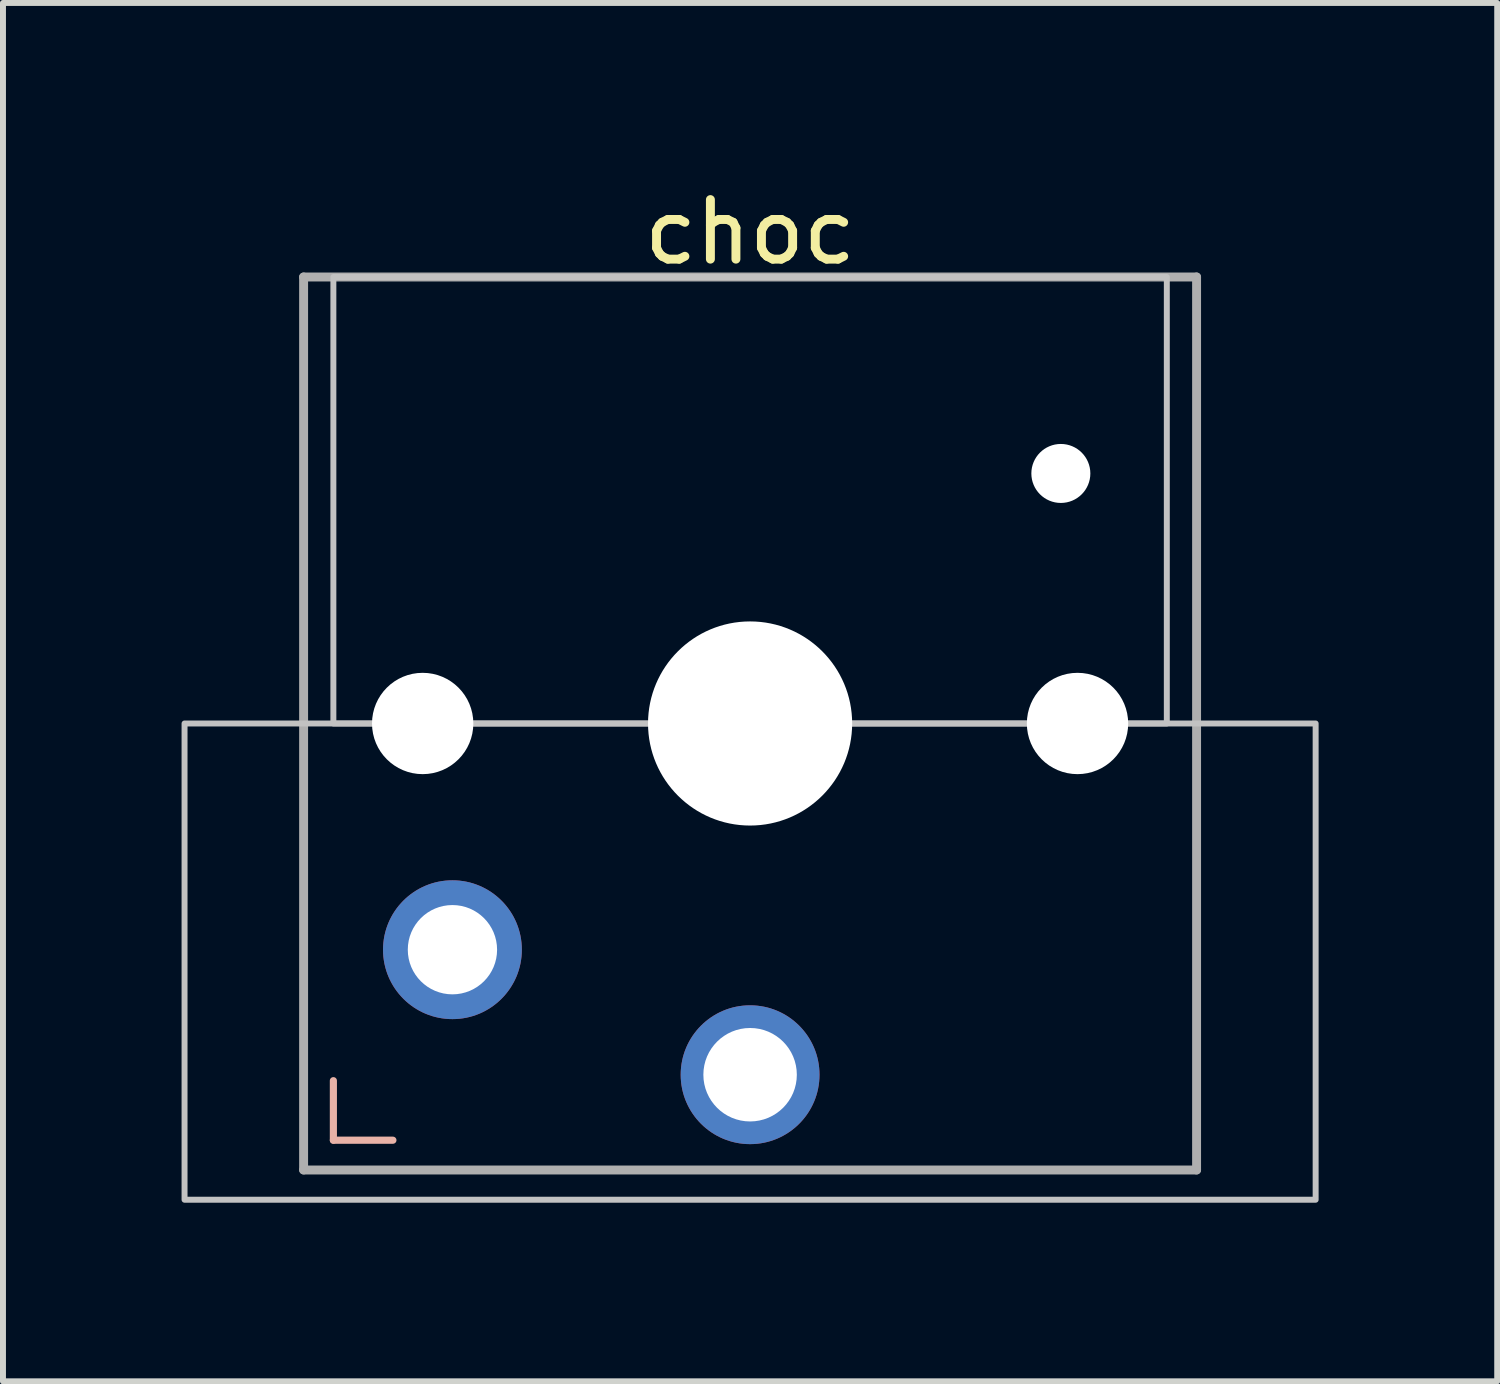
<source format=kicad_pcb>
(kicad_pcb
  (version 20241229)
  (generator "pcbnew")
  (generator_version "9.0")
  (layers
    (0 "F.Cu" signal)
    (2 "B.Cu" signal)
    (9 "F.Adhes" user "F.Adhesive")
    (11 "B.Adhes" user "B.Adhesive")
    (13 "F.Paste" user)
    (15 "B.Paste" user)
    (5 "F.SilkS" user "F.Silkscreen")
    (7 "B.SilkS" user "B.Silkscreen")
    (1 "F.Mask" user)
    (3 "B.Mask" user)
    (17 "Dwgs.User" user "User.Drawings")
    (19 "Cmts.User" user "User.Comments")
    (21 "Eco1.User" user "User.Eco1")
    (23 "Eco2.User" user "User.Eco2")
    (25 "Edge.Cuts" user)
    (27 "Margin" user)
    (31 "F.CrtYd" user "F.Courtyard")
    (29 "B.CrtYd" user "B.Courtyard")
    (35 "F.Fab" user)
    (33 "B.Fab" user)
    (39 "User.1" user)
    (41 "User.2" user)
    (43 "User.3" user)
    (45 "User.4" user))
  (footprint "choc"
    (layer "F.Cu")
    (at 9.55 9.103)
    (property "Reference" "choc" (at 0 -8.255 0) (layer "F.SilkS") (effects (font (size 1 1) (thickness 0.15))))
    (attr through_hole)
    (fp_line (start -7 6) (end -7 7) (stroke (width 0.12) (type solid)) (layer "B.SilkS"))
    (fp_line (start -7 7) (end -6 7) (stroke (width 0.12) (type solid)) (layer "B.SilkS"))
    (fp_rect (start -9.5 0) (end 9.5 8) (stroke (width 0.1) (type default)) (fill no) (layer "Dwgs.User"))
    (fp_rect (start -7 -7.5) (end 7 0) (stroke (width 0.1) (type default)) (fill no) (layer "Dwgs.User"))
    (fp_line (start -6.9 6.9) (end -6.9 -6.9) (stroke (width 0.15) (type solid)) (layer "Eco2.User"))
    (fp_line (start -6.9 6.9) (end 6.9 6.9) (stroke (width 0.15) (type solid)) (layer "Eco2.User"))
    (fp_line (start -2.6 -3.1) (end -2.6 -6.3) (stroke (width 0.15) (type solid)) (layer "Eco2.User"))
    (fp_line (start -2.6 -3.1) (end 2.6 -3.1) (stroke (width 0.15) (type solid)) (layer "Eco2.User"))
    (fp_line (start 2.6 -6.3) (end -2.6 -6.3) (stroke (width 0.15) (type solid)) (layer "Eco2.User"))
    (fp_line (start 2.6 -3.1) (end 2.6 -6.3) (stroke (width 0.15) (type solid)) (layer "Eco2.User"))
    (fp_line (start 6.9 -6.9) (end -6.9 -6.9) (stroke (width 0.15) (type solid)) (layer "Eco2.User"))
    (fp_line (start 6.9 -6.9) (end 6.9 6.9) (stroke (width 0.15) (type solid)) (layer "Eco2.User"))
    (fp_line (start -7.5 -7.5) (end 7.5 -7.5) (stroke (width 0.15) (type solid)) (layer "F.Fab"))
    (fp_line (start -7.5 7.5) (end -7.5 -7.5) (stroke (width 0.15) (type solid)) (layer "F.Fab"))
    (fp_line (start 7.5 -7.5) (end 7.5 7.5) (stroke (width 0.15) (type solid)) (layer "F.Fab"))
    (fp_line (start 7.5 7.5) (end -7.5 7.5) (stroke (width 0.15) (type solid)) (layer "F.Fab"))
    (fp_text user "${REFERENCE}" (at 0 0 0) (layer "F.Fab") (effects (font (size 1 1) (thickness 0.15))))
    (pad "" np_thru_hole circle (at -5.5 0) (size 1.702 1.702) (drill 2.2) (layers "*.Cu" "*.Mask"))
    (pad "" np_thru_hole circle (at 0 0) (size 3.429 3.429) (drill 3.429) (layers "*.Cu" "*.Mask"))
    (pad "" np_thru_hole circle (at 5.22 -4.2) (size 0.991 0.991) (drill 0.991) (layers "*.Cu" "*.Mask"))
    (pad "" np_thru_hole circle (at 5.5 0) (size 1.702 1.702) (drill 2.2) (layers "*.Cu" "*.Mask"))
    (pad "1" thru_hole circle (at 0 5.9) (size 2.332 2.332) (drill 1.57) (layers "*.Cu" "*.Mask"))
    (pad "2" thru_hole circle (at -5 3.8) (size 2.332 2.332) (drill 1.5) (layers "*.Cu" "*.Mask")))
  (gr_rect
    (start -3 -3)
    (end 22.1 20.153)
    (stroke (width 0.1) (type default))
    (fill no)
    (layer "Edge.Cuts")))
</source>
